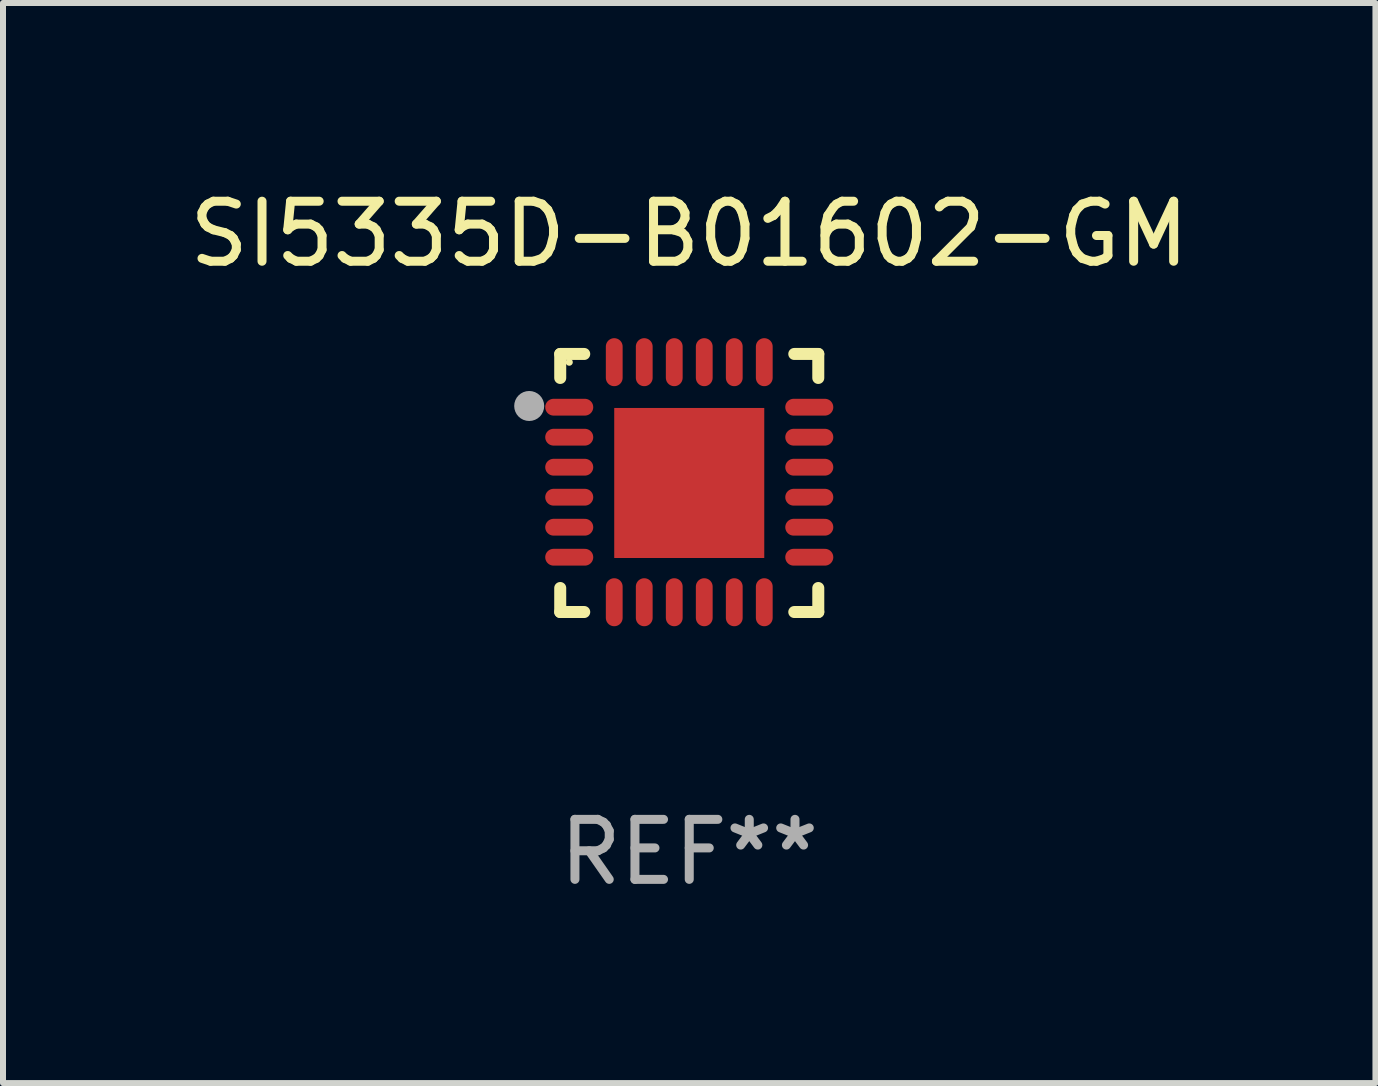
<source format=kicad_pcb>
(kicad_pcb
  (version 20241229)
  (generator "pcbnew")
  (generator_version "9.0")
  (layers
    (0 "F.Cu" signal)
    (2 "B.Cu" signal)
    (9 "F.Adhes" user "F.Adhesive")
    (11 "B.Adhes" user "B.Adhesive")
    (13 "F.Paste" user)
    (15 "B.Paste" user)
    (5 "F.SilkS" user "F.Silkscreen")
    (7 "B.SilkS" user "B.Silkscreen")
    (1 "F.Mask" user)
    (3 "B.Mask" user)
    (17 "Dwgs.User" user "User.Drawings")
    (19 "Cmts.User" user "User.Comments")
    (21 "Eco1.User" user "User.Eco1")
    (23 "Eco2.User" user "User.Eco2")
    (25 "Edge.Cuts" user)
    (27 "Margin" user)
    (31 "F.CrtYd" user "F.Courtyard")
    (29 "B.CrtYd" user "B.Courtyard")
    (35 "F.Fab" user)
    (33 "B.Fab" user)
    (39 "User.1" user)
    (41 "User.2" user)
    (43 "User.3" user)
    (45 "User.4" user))
  (footprint "SI5335D-B01602-GM"
    (layer "F.Cu")
    (at 8.435 4.998)
    (property "Reference" "SI5335D-B01602-GM" (at 0 -4.15 0) (layer "F.SilkS") (effects (font (size 1 1) (thickness 0.15))))
    (attr through_hole)
    (fp_line (start -2.15 -2.15) (end -1.75 -2.15) (stroke (width 0.2) (type solid)) (layer "F.SilkS"))
    (fp_line (start -2.15 -1.75) (end -2.15 -2.15) (stroke (width 0.2) (type solid)) (layer "F.SilkS"))
    (fp_line (start -2.15 2.15) (end -2.15 1.75) (stroke (width 0.2) (type solid)) (layer "F.SilkS"))
    (fp_line (start -1.75 2.15) (end -2.15 2.15) (stroke (width 0.2) (type solid)) (layer "F.SilkS"))
    (fp_line (start 1.75 -2.15) (end 2.15 -2.15) (stroke (width 0.2) (type solid)) (layer "F.SilkS"))
    (fp_line (start 1.75 2.15) (end 2.15 2.15) (stroke (width 0.2) (type solid)) (layer "F.SilkS"))
    (fp_line (start 2.15 -2.15) (end 2.15 -1.75) (stroke (width 0.2) (type solid)) (layer "F.SilkS"))
    (fp_line (start 2.15 2.15) (end 2.15 1.75) (stroke (width 0.2) (type solid)) (layer "F.SilkS"))
    (fp_circle (center -2 -2.013) (end -1.97 -2.013) (stroke (width 0.06) (type solid)) (fill no) (layer "F.SilkS"))
    (fp_circle (center -2.667 -1.283) (end -2.542 -1.283) (stroke (width 0.25) (type solid)) (fill no) (layer "F.Fab"))
    (fp_text user "REF**" (at 0 6.15 0) (layer "F.Fab") (effects (font (size 1 1) (thickness 0.15))))
    (pad "1" smd oval (at -2 -1.263) (size 0.8 0.28) (layers "F.Cu" "F.Mask" "F.Paste"))
    (pad "2" smd oval (at -2 -0.763) (size 0.8 0.28) (layers "F.Cu" "F.Mask" "F.Paste"))
    (pad "3" smd oval (at -2 -0.263) (size 0.8 0.28) (layers "F.Cu" "F.Mask" "F.Paste"))
    (pad "4" smd oval (at -2 0.237) (size 0.8 0.28) (layers "F.Cu" "F.Mask" "F.Paste"))
    (pad "5" smd oval (at -2 0.737) (size 0.8 0.28) (layers "F.Cu" "F.Mask" "F.Paste"))
    (pad "6" smd oval (at -2 1.237) (size 0.8 0.28) (layers "F.Cu" "F.Mask" "F.Paste"))
    (pad "7" smd oval (at -1.25 1.987) (size 0.28 0.8) (layers "F.Cu" "F.Mask" "F.Paste"))
    (pad "8" smd oval (at -0.75 1.987) (size 0.28 0.8) (layers "F.Cu" "F.Mask" "F.Paste"))
    (pad "9" smd oval (at -0.25 1.987) (size 0.28 0.8) (layers "F.Cu" "F.Mask" "F.Paste"))
    (pad "10" smd oval (at 0.25 1.987) (size 0.28 0.8) (layers "F.Cu" "F.Mask" "F.Paste"))
    (pad "11" smd oval (at 0.75 1.987) (size 0.28 0.8) (layers "F.Cu" "F.Mask" "F.Paste"))
    (pad "12" smd oval (at 1.25 1.987) (size 0.28 0.8) (layers "F.Cu" "F.Mask" "F.Paste"))
    (pad "13" smd oval (at 2 1.237) (size 0.8 0.28) (layers "F.Cu" "F.Mask" "F.Paste"))
    (pad "14" smd oval (at 2 0.737) (size 0.8 0.28) (layers "F.Cu" "F.Mask" "F.Paste"))
    (pad "15" smd oval (at 2 0.237) (size 0.8 0.28) (layers "F.Cu" "F.Mask" "F.Paste"))
    (pad "16" smd oval (at 2 -0.263) (size 0.8 0.28) (layers "F.Cu" "F.Mask" "F.Paste"))
    (pad "17" smd oval (at 2 -0.763) (size 0.8 0.28) (layers "F.Cu" "F.Mask" "F.Paste"))
    (pad "18" smd oval (at 2 -1.263) (size 0.8 0.28) (layers "F.Cu" "F.Mask" "F.Paste"))
    (pad "19" smd oval (at 1.25 -2.013) (size 0.28 0.8) (layers "F.Cu" "F.Mask" "F.Paste"))
    (pad "20" smd oval (at 0.75 -2.013) (size 0.28 0.8) (layers "F.Cu" "F.Mask" "F.Paste"))
    (pad "21" smd oval (at 0.25 -2.013) (size 0.28 0.8) (layers "F.Cu" "F.Mask" "F.Paste"))
    (pad "22" smd oval (at -0.25 -2.013) (size 0.28 0.8) (layers "F.Cu" "F.Mask" "F.Paste"))
    (pad "23" smd oval (at -0.75 -2.013) (size 0.28 0.8) (layers "F.Cu" "F.Mask" "F.Paste"))
    (pad "24" smd oval (at -1.25 -2.013) (size 0.28 0.8) (layers "F.Cu" "F.Mask" "F.Paste"))
    (pad "25" smd rect (at -0.000127 -0.00014) (size 2.5 2.5) (layers "F.Cu" "F.Mask" "F.Paste")))
  (gr_rect
    (start -3 -3)
    (end 19.869 14.997)
    (stroke (width 0.1) (type default))
    (fill no)
    (layer "Edge.Cuts")))
</source>
